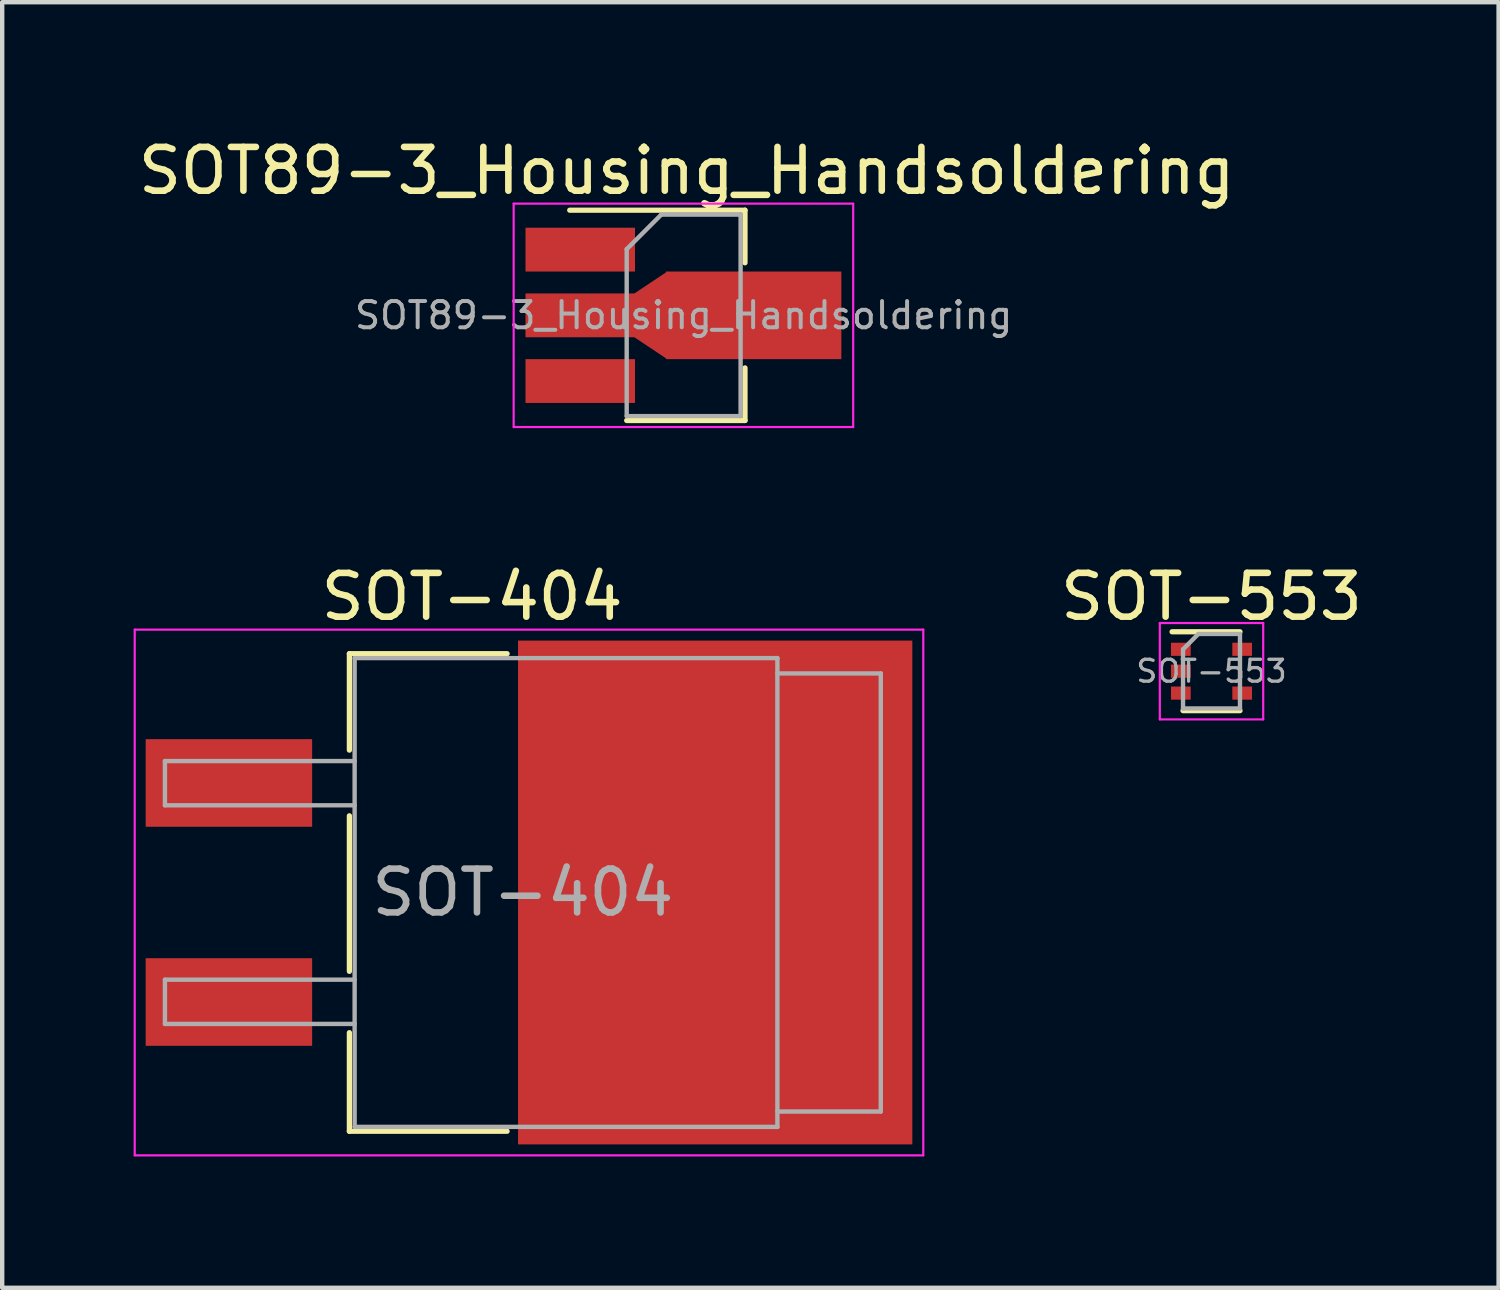
<source format=kicad_pcb>
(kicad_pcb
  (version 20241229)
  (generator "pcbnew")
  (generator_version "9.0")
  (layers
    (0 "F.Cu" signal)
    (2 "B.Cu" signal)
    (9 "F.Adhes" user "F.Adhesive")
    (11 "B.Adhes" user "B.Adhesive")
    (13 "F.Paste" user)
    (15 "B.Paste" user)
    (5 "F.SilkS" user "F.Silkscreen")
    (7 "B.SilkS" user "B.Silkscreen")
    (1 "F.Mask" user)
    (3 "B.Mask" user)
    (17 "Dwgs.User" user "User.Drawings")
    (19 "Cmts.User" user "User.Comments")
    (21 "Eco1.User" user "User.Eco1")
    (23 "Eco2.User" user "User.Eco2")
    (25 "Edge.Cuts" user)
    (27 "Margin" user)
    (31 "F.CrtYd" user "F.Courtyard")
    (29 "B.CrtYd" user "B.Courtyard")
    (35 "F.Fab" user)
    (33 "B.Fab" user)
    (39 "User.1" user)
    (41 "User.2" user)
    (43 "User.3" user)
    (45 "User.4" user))
  (footprint "SOT-404"
    (layer "F.Cu")
    (at 7.725 17.322)
    (property "Reference" "SOT-404" (at 0 -6.75 0) (layer "F.SilkS") (effects (font (size 1 1) (thickness 0.15))))
    (attr smd)
    (fp_line (start -2.8 -5.45) (end 0.8 -5.45) (stroke (width 0.12) (type solid)) (layer "F.SilkS"))
    (fp_line (start -2.8 -3.25) (end -2.8 -5.45) (stroke (width 0.12) (type solid)) (layer "F.SilkS"))
    (fp_line (start -2.8 1.8) (end -2.8 -1.75) (stroke (width 0.12) (type solid)) (layer "F.SilkS"))
    (fp_line (start -2.8 5.45) (end -2.8 3.2) (stroke (width 0.12) (type solid)) (layer "F.SilkS"))
    (fp_line (start 0.8 5.45) (end -2.8 5.45) (stroke (width 0.12) (type solid)) (layer "F.SilkS"))
    (fp_line (start -7.7 6) (end -7.7 -6) (stroke (width 0.05) (type solid)) (layer "F.CrtYd"))
    (fp_line (start -7.7 6) (end 10.3 6) (stroke (width 0.05) (type solid)) (layer "F.CrtYd"))
    (fp_line (start 10.3 -6) (end -7.7 -6) (stroke (width 0.05) (type solid)) (layer "F.CrtYd"))
    (fp_line (start 10.3 -6) (end 10.3 6) (stroke (width 0.05) (type solid)) (layer "F.CrtYd"))
    (fp_line (start -7.01 -3) (end -7.01 -1.99) (stroke (width 0.1) (type solid)) (layer "F.Fab"))
    (fp_line (start -7.01 -1.99) (end -2.68 -1.99) (stroke (width 0.1) (type solid)) (layer "F.Fab"))
    (fp_line (start -7.01 1.99) (end -7.01 3) (stroke (width 0.1) (type solid)) (layer "F.Fab"))
    (fp_line (start -7.01 3) (end -2.68 3) (stroke (width 0.1) (type solid)) (layer "F.Fab"))
    (fp_line (start -2.68 -5.35) (end 6.97 -5.35) (stroke (width 0.1) (type solid)) (layer "F.Fab"))
    (fp_line (start -2.68 -3) (end -7.01 -3) (stroke (width 0.1) (type solid)) (layer "F.Fab"))
    (fp_line (start -2.68 1.99) (end -7.01 1.99) (stroke (width 0.1) (type solid)) (layer "F.Fab"))
    (fp_line (start -2.68 5.35) (end -2.68 -5.35) (stroke (width 0.1) (type solid)) (layer "F.Fab"))
    (fp_line (start 6.97 -5.35) (end 6.97 5.35) (stroke (width 0.1) (type solid)) (layer "F.Fab"))
    (fp_line (start 6.97 -5) (end 9.33 -5) (stroke (width 0.1) (type solid)) (layer "F.Fab"))
    (fp_line (start 6.97 5.35) (end -2.68 5.35) (stroke (width 0.1) (type solid)) (layer "F.Fab"))
    (fp_line (start 9.33 -5) (end 9.33 5) (stroke (width 0.1) (type solid)) (layer "F.Fab"))
    (fp_line (start 9.33 5) (end 6.97 5) (stroke (width 0.1) (type solid)) (layer "F.Fab"))
    (fp_text user "${REFERENCE}" (at 1.16 0 0) (layer "F.Fab") (effects (font (size 1 1) (thickness 0.15))))
    (pad "1" smd rect (at -5.55 -2.5 270) (size 2 3.8) (layers "F.Cu" "F.Mask" "F.Paste"))
    (pad "2" smd rect (at 5.55 0 270) (size 11.5 9) (layers "F.Cu" "F.Mask" "F.Paste"))
    (pad "3" smd rect (at -5.55 2.5 270) (size 2 3.8) (layers "F.Cu" "F.Mask" "F.Paste")))
  (footprint "SOT-553"
    (layer "F.Cu")
    (at 24.604 12.271)
    (property "Reference" "SOT-553" (at 0 -1.7 0) (layer "F.SilkS") (effects (font (size 1 1) (thickness 0.15))))
    (attr smd)
    (fp_line (start -0.9 -0.9) (end 0.65 -0.9) (stroke (width 0.12) (type solid)) (layer "F.SilkS"))
    (fp_line (start 0.65 0.9) (end -0.65 0.9) (stroke (width 0.12) (type solid)) (layer "F.SilkS"))
    (fp_line (start -1.18 -1.1) (end -1.18 1.1) (stroke (width 0.05) (type solid)) (layer "F.CrtYd"))
    (fp_line (start -1.18 -1.1) (end 1.18 -1.1) (stroke (width 0.05) (type solid)) (layer "F.CrtYd"))
    (fp_line (start 1.18 1.1) (end -1.18 1.1) (stroke (width 0.05) (type solid)) (layer "F.CrtYd"))
    (fp_line (start 1.18 1.1) (end 1.18 -1.1) (stroke (width 0.05) (type solid)) (layer "F.CrtYd"))
    (fp_line (start -0.65 -0.5) (end -0.65 0.85) (stroke (width 0.1) (type solid)) (layer "F.Fab"))
    (fp_line (start -0.65 -0.5) (end -0.3 -0.85) (stroke (width 0.1) (type solid)) (layer "F.Fab"))
    (fp_line (start -0.65 0.85) (end 0.65 0.85) (stroke (width 0.1) (type solid)) (layer "F.Fab"))
    (fp_line (start 0.65 -0.85) (end -0.3 -0.85) (stroke (width 0.1) (type solid)) (layer "F.Fab"))
    (fp_line (start 0.65 0.85) (end 0.65 -0.85) (stroke (width 0.1) (type solid)) (layer "F.Fab"))
    (fp_text user "${REFERENCE}" (at 0 0 0) (layer "F.Fab") (effects (font (size 0.5 0.5) (thickness 0.075))))
    (pad "1" smd rect (at -0.7 -0.5) (size 0.45 0.3) (layers "F.Cu" "F.Mask" "F.Paste"))
    (pad "2" smd rect (at -0.7 0) (size 0.45 0.3) (layers "F.Cu" "F.Mask" "F.Paste"))
    (pad "3" smd rect (at -0.7 0.5) (size 0.45 0.3) (layers "F.Cu" "F.Mask" "F.Paste"))
    (pad "4" smd rect (at 0.7 0.5) (size 0.45 0.3) (layers "F.Cu" "F.Mask" "F.Paste"))
    (pad "5" smd rect (at 0.7 -0.5) (size 0.45 0.3) (layers "F.Cu" "F.Mask" "F.Paste")))
  (footprint "SOT89-3_Housing_Handsoldering"
    (layer "F.Cu")
    (at 12.175 4.148)
    (property "Reference" "SOT89-3_Housing_Handsoldering" (at 0.45 -3.3 0) (layer "F.SilkS") (effects (font (size 1 1) (thickness 0.15))))
    (attr smd)
    (fp_line (start -2.22 -2.4) (end 1.78 -2.4) (stroke (width 0.12) (type solid)) (layer "F.SilkS"))
    (fp_line (start 1.78 -2.4) (end 1.78 -1.2) (stroke (width 0.12) (type solid)) (layer "F.SilkS"))
    (fp_line (start 1.78 1.2) (end 1.78 2.4) (stroke (width 0.12) (type solid)) (layer "F.SilkS"))
    (fp_line (start 1.78 2.4) (end -0.92 2.4) (stroke (width 0.12) (type solid)) (layer "F.SilkS"))
    (fp_line (start -3.5 -2.55) (end -3.5 2.55) (stroke (width 0.05) (type solid)) (layer "F.CrtYd"))
    (fp_line (start -3.5 2.55) (end 4.25 2.55) (stroke (width 0.05) (type solid)) (layer "F.CrtYd"))
    (fp_line (start 4.25 -2.55) (end -3.5 -2.55) (stroke (width 0.05) (type solid)) (layer "F.CrtYd"))
    (fp_line (start 4.25 2.55) (end 4.25 -2.55) (stroke (width 0.05) (type solid)) (layer "F.CrtYd"))
    (fp_line (start -0.92 -1.51) (end -0.13 -2.3) (stroke (width 0.1) (type solid)) (layer "F.Fab"))
    (fp_line (start -0.92 2.3) (end -0.92 -1.51) (stroke (width 0.1) (type solid)) (layer "F.Fab"))
    (fp_line (start -0.13 -2.3) (end 1.68 -2.3) (stroke (width 0.1) (type solid)) (layer "F.Fab"))
    (fp_line (start 1.68 -2.3) (end 1.68 2.3) (stroke (width 0.1) (type solid)) (layer "F.Fab"))
    (fp_line (start 1.68 2.3) (end -0.92 2.3) (stroke (width 0.1) (type solid)) (layer "F.Fab"))
    (fp_text user "${REFERENCE}" (at 0.38 0 0) (layer "F.Fab") (effects (font (size 0.6 0.6) (thickness 0.09))))
    (pad "1" smd rect (at -1.98 -1.5 270) (size 1 2.5) (layers "F.Cu" "F.Mask" "F.Paste"))
    (pad "2" smd rect (at -1.98 0 270) (size 1 2.5) (layers "F.Cu" "F.Mask" "F.Paste"))
    (pad "2" smd trapezoid (at -0.37 0 90) (size 1.5 0.75) (rect_delta 0 0.5) (layers "F.Cu" "F.Mask" "F.Paste"))
    (pad "2" smd rect (at 1.98 0 270) (size 2 4) (layers "F.Cu" "F.Mask" "F.Paste"))
    (pad "3" smd rect (at -1.98 1.5 270) (size 1 2.5) (layers "F.Cu" "F.Mask" "F.Paste")))
  (gr_rect
    (start -3 -3)
    (end 31.157 26.346)
    (stroke (width 0.1) (type default))
    (fill no)
    (layer "Edge.Cuts")))
</source>
